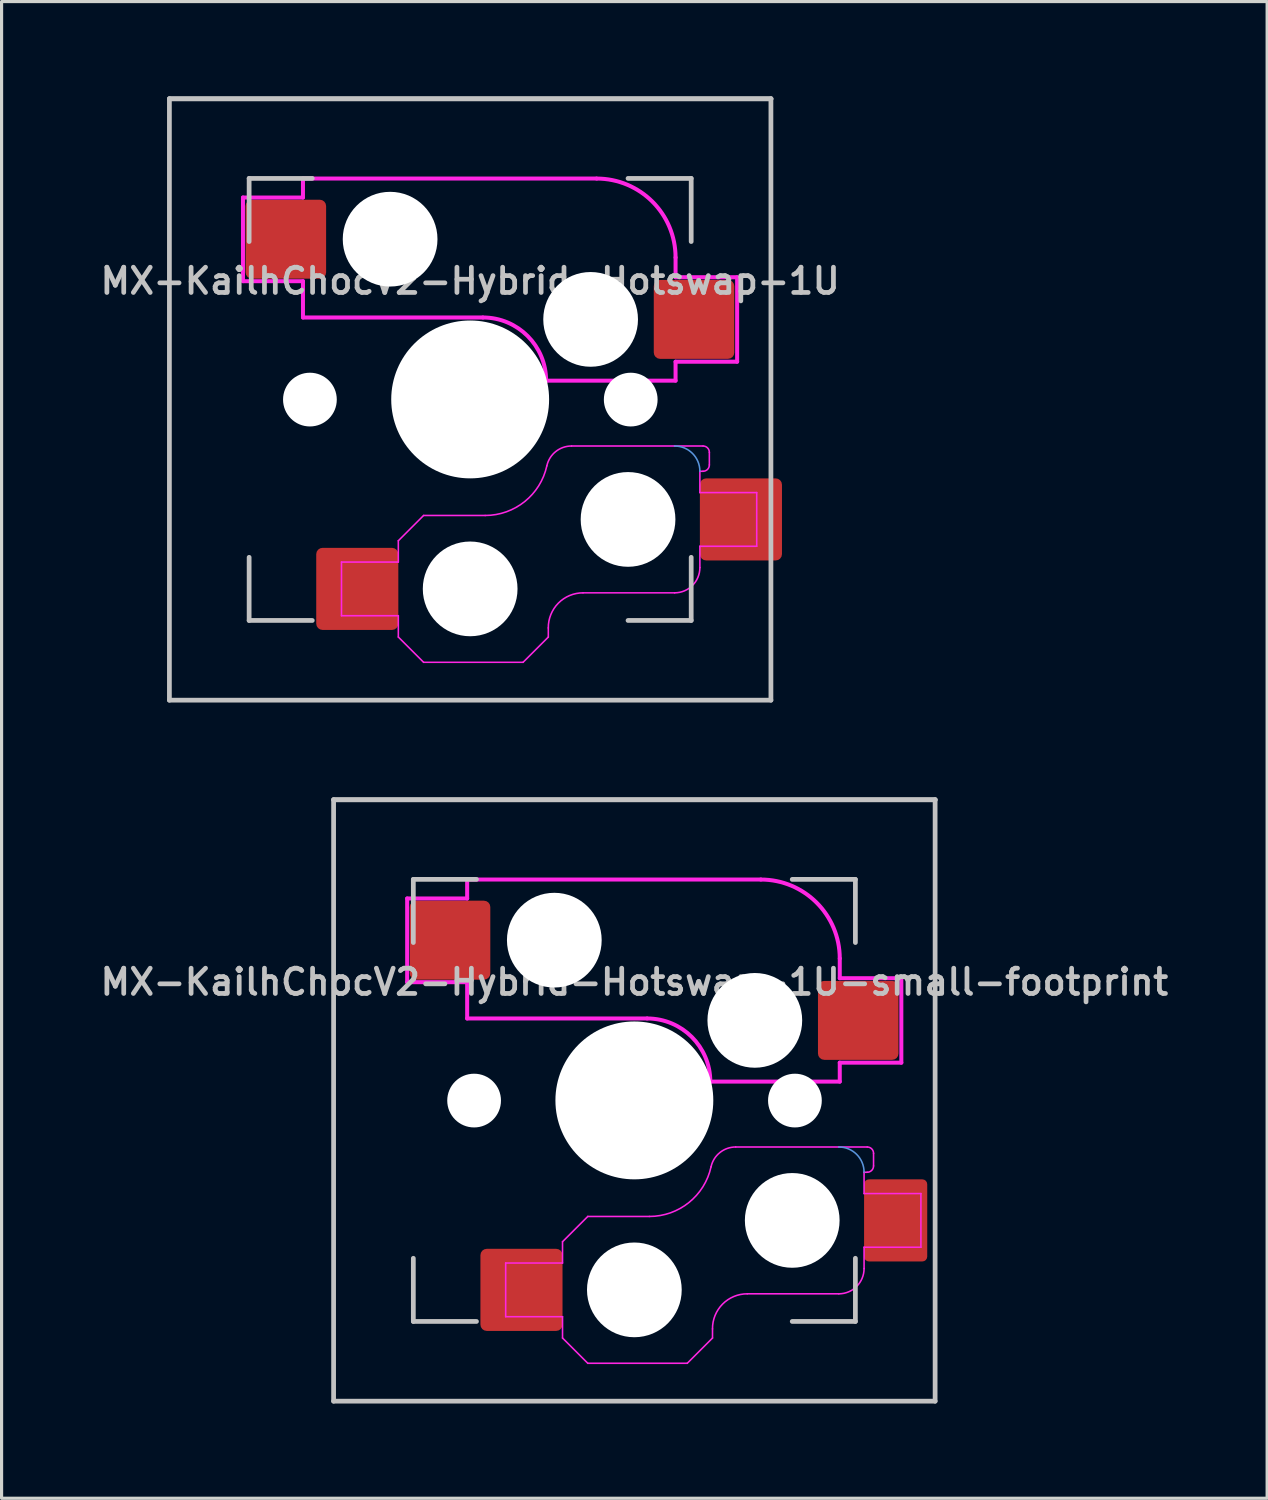
<source format=kicad_pcb>
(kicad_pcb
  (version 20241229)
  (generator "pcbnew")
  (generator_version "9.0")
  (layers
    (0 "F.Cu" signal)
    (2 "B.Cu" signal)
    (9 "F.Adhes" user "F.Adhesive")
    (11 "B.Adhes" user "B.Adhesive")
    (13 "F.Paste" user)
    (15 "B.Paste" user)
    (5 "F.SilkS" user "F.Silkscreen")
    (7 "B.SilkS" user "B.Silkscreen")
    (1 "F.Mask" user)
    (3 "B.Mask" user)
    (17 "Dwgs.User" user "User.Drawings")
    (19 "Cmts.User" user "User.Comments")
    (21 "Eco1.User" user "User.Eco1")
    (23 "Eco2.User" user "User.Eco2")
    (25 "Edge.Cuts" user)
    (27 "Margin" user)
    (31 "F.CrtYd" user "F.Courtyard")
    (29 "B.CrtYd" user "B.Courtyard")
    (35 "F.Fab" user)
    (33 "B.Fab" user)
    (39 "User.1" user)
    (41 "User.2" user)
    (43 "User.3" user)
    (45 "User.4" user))
  (footprint "MX-KailhChocV2-Hybrid-Hotswap-1U-small-footprint"
    (layer "F.Cu")
    (at 17.14 31.9)
    (property "Reference" "MX-KailhChocV2-Hybrid-Hotswap-1U-small-footprint" (at -0.1 -3.85 0) (layer "Dwgs.User") (effects (font (size 0.8 0.8) (thickness 0.15))))
    (attr smd)
    (fp_line (start -9.625 -9.625) (end -9.625 9.425) (stroke (width 0.15) (type solid)) (layer "Dwgs.User"))
    (fp_line (start -9.625 -9.625) (end 9.425 -9.625) (stroke (width 0.15) (type solid)) (layer "Dwgs.User"))
    (fp_line (start -9.625 9.425) (end 9.425 9.425) (stroke (width 0.15) (type solid)) (layer "Dwgs.User"))
    (fp_line (start -7.1 -7.1) (end -7.1 -5.1) (stroke (width 0.15) (type solid)) (layer "Dwgs.User"))
    (fp_line (start -7.1 4.9) (end -7.1 6.9) (stroke (width 0.15) (type solid)) (layer "Dwgs.User"))
    (fp_line (start -7.1 6.9) (end -5.1 6.9) (stroke (width 0.15) (type solid)) (layer "Dwgs.User"))
    (fp_line (start -5.1 -7.1) (end -7.1 -7.1) (stroke (width 0.15) (type solid)) (layer "Dwgs.User"))
    (fp_line (start 6.9 -7.1) (end 4.9 -7.1) (stroke (width 0.15) (type solid)) (layer "Dwgs.User"))
    (fp_line (start 6.9 -5.1) (end 6.9 -7.1) (stroke (width 0.15) (type solid)) (layer "Dwgs.User"))
    (fp_line (start 6.9 4.9) (end 6.9 6.9) (stroke (width 0.15) (type solid)) (layer "Dwgs.User"))
    (fp_line (start 6.9 6.9) (end 4.9 6.9) (stroke (width 0.15) (type solid)) (layer "Dwgs.User"))
    (fp_line (start 9.425 -9.625) (end 9.425 9.425) (stroke (width 0.15) (type solid)) (layer "Dwgs.User"))
    (fp_line (start 9.43 -9.62) (end -9.62 -9.62) (stroke (width 0.15) (type solid)) (layer "Dwgs.User"))
    (fp_arc (start 6.375 1.375) (mid 6.94069 1.609309) (end 7.174998 2.175) (stroke (width 0.05) (type default)) (layer "Cmts.User"))
    (fp_line (start -7.295 -6.495) (end -5.395 -6.495) (stroke (width 0.127) (type solid)) (layer "F.CrtYd"))
    (fp_line (start -7.295 -3.845) (end -7.295 -6.495) (stroke (width 0.127) (type solid)) (layer "F.CrtYd"))
    (fp_line (start -5.395 -6.495) (end -5.395 -7.095) (stroke (width 0.127) (type solid)) (layer "F.CrtYd"))
    (fp_line (start -5.395 -3.845) (end -7.295 -3.845) (stroke (width 0.127) (type solid)) (layer "F.CrtYd"))
    (fp_line (start -5.395 -3.845) (end -5.395 -2.695) (stroke (width 0.127) (type solid)) (layer "F.CrtYd"))
    (fp_line (start -5.395 -2.695) (end 0.305 -2.695) (stroke (width 0.127) (type solid)) (layer "F.CrtYd"))
    (fp_line (start -4.175 5.05) (end -4.175 6.75) (stroke (width 0.05) (type default)) (layer "F.CrtYd"))
    (fp_line (start -4.175 6.75) (end -2.375 6.75) (stroke (width 0.05) (type default)) (layer "F.CrtYd"))
    (fp_line (start -2.375 4.375) (end -2.375 5.05) (stroke (width 0.05) (type default)) (layer "F.CrtYd"))
    (fp_line (start -2.375 5.05) (end -4.175 5.05) (stroke (width 0.05) (type default)) (layer "F.CrtYd"))
    (fp_line (start -2.375 7.425) (end -2.375 6.75) (stroke (width 0.05) (type default)) (layer "F.CrtYd"))
    (fp_line (start -2.375 7.425) (end -1.575 8.225) (stroke (width 0.05) (type default)) (layer "F.CrtYd"))
    (fp_line (start -1.575 3.575) (end -2.375 4.375) (stroke (width 0.05) (type default)) (layer "F.CrtYd"))
    (fp_line (start -1.575 8.225) (end 1.575 8.225) (stroke (width 0.05) (type default)) (layer "F.CrtYd"))
    (fp_line (start 0.375 3.575) (end -1.575 3.575) (stroke (width 0.05) (type default)) (layer "F.CrtYd"))
    (fp_line (start 1.575 8.225) (end 2.375 7.425) (stroke (width 0.05) (type default)) (layer "F.CrtYd"))
    (fp_line (start 2.305 -0.695) (end 6.405 -0.695) (stroke (width 0.127) (type solid)) (layer "F.CrtYd"))
    (fp_line (start 2.375 7.425) (end 2.375 7.136) (stroke (width 0.05) (type default)) (layer "F.CrtYd"))
    (fp_line (start 3.475 6.025) (end 6.375 6.025) (stroke (width 0.05) (type default)) (layer "F.CrtYd"))
    (fp_line (start 3.905 -7.095) (end -5.395 -7.095) (stroke (width 0.127) (type solid)) (layer "F.CrtYd"))
    (fp_line (start 6.375 1.375) (end 3.11 1.375) (stroke (width 0.05) (type default)) (layer "F.CrtYd"))
    (fp_line (start 6.375 1.375) (end 7.275 1.375) (stroke (width 0.05) (type default)) (layer "F.CrtYd"))
    (fp_line (start 6.405 -3.97) (end 6.405 -4.595) (stroke (width 0.127) (type solid)) (layer "F.CrtYd"))
    (fp_line (start 6.405 -1.295) (end 6.405 -0.695) (stroke (width 0.127) (type solid)) (layer "F.CrtYd"))
    (fp_line (start 6.405 -1.295) (end 8.355 -1.295) (stroke (width 0.127) (type solid)) (layer "F.CrtYd"))
    (fp_line (start 7.175 2.175) (end 7.175 2.85) (stroke (width 0.05) (type default)) (layer "F.CrtYd"))
    (fp_line (start 7.175 2.85) (end 8.975 2.85) (stroke (width 0.05) (type default)) (layer "F.CrtYd"))
    (fp_line (start 7.175 5.225) (end 7.175 4.55) (stroke (width 0.05) (type default)) (layer "F.CrtYd"))
    (fp_line (start 7.275 2.175) (end 7.175 2.175) (stroke (width 0.05) (type default)) (layer "F.CrtYd"))
    (fp_line (start 7.475 1.575) (end 7.475 1.975) (stroke (width 0.05) (type default)) (layer "F.CrtYd"))
    (fp_line (start 8.355 -3.97) (end 6.405 -3.97) (stroke (width 0.127) (type solid)) (layer "F.CrtYd"))
    (fp_line (start 8.355 -1.295) (end 8.355 -3.97) (stroke (width 0.127) (type solid)) (layer "F.CrtYd"))
    (fp_line (start 8.975 2.85) (end 8.975 4.55) (stroke (width 0.05) (type default)) (layer "F.CrtYd"))
    (fp_line (start 8.975 4.55) (end 7.175 4.55) (stroke (width 0.05) (type default)) (layer "F.CrtYd"))
    (fp_arc (start 0.305 -2.695) (mid 1.719214 -2.109214) (end 2.305 -0.695) (stroke (width 0.127) (type solid)) (layer "F.CrtYd"))
    (fp_arc (start 2.328542 2.003571) (mid 1.628566 3.133387) (end 0.374999 3.575) (stroke (width 0.05) (type default)) (layer "F.CrtYd"))
    (fp_arc (start 2.328542 2.003571) (mid 2.608523 1.551656) (end 3.109929 1.375) (stroke (width 0.05) (type default)) (layer "F.CrtYd"))
    (fp_arc (start 2.375 7.136481) (mid 2.693162 6.351276) (end 3.475029 6.025) (stroke (width 0.05) (type default)) (layer "F.CrtYd"))
    (fp_arc (start 3.905 -7.095) (mid 5.672767 -6.362767) (end 6.405 -4.595) (stroke (width 0.127) (type solid)) (layer "F.CrtYd"))
    (fp_arc (start 7.175 5.225) (mid 6.940734 5.790713) (end 6.375029 6.025) (stroke (width 0.05) (type default)) (layer "F.CrtYd"))
    (fp_arc (start 7.275 1.375) (mid 7.416429 1.433562) (end 7.475 1.574988) (stroke (width 0.05) (type default)) (layer "F.CrtYd"))
    (fp_arc (start 7.475 1.975) (mid 7.41647 2.116449) (end 7.275029 2.175) (stroke (width 0.05) (type default)) (layer "F.CrtYd"))
    (pad "" np_thru_hole circle (at -5.175 -0.095 311.901) (size 1.702 1.702) (drill 1.702) (layers "*.Cu" "*.Mask"))
    (pad "" np_thru_hole circle (at -2.635 -5.175) (size 3 3) (drill 3) (layers "*.Cu" "*.Mask"))
    (pad "" np_thru_hole circle (at -0.1 -0.1) (size 5 5) (drill 5.1) (layers "*.Cu" "*.Mask"))
    (pad "" np_thru_hole circle (at -0.1 5.9) (size 3 3) (drill 3) (layers "*.Cu" "*.Mask"))
    (pad "" np_thru_hole circle (at 3.715 -2.635) (size 3 3) (drill 3) (layers "*.Cu" "*.Mask"))
    (pad "" np_thru_hole circle (at 4.9 3.7) (size 3 3) (drill 3) (layers "*.Cu" "*.Mask"))
    (pad "" np_thru_hole circle (at 4.985 -0.095 311.901) (size 1.702 1.702) (drill 1.702) (layers "*.Cu" "*.Mask"))
    (pad "1" smd roundrect (at 6.99 -2.635) (size 2.55 2.5) (layers "F.Cu" "F.Mask" "F.Paste") (roundrect_rratio 0.08))
    (pad "1" smd roundrect (at 8.175 3.7) (size 2 2.6) (layers "F.Cu" "F.Mask" "F.Paste") (roundrect_rratio 0.077))
    (pad "2" smd roundrect (at -5.937 -5.175) (size 2.55 2.5) (layers "F.Cu" "F.Mask" "F.Paste") (roundrect_rratio 0.08))
    (pad "2" smd roundrect (at -3.675 5.9) (size 2.6 2.6) (layers "F.Cu" "F.Mask" "F.Paste") (roundrect_rratio 0.077)))
  (footprint "MX-KailhChocV2-Hybrid-Hotswap-1U"
    (layer "F.Cu")
    (at 11.94 9.7)
    (property "Reference" "MX-KailhChocV2-Hybrid-Hotswap-1U" (at -0.1 -3.85 180) (layer "Dwgs.User") (effects (font (size 0.8 0.8) (thickness 0.15))))
    (attr smd)
    (fp_line (start -9.625 -9.625) (end -9.625 9.425) (stroke (width 0.15) (type solid)) (layer "Dwgs.User"))
    (fp_line (start -9.625 -9.625) (end 9.425 -9.625) (stroke (width 0.15) (type solid)) (layer "Dwgs.User"))
    (fp_line (start -9.625 9.425) (end 9.425 9.425) (stroke (width 0.15) (type solid)) (layer "Dwgs.User"))
    (fp_line (start -7.1 -7.1) (end -7.1 -5.1) (stroke (width 0.15) (type solid)) (layer "Dwgs.User"))
    (fp_line (start -7.1 4.9) (end -7.1 6.9) (stroke (width 0.15) (type solid)) (layer "Dwgs.User"))
    (fp_line (start -7.1 6.9) (end -5.1 6.9) (stroke (width 0.15) (type solid)) (layer "Dwgs.User"))
    (fp_line (start -5.1 -7.1) (end -7.1 -7.1) (stroke (width 0.15) (type solid)) (layer "Dwgs.User"))
    (fp_line (start 6.9 -7.1) (end 4.9 -7.1) (stroke (width 0.15) (type solid)) (layer "Dwgs.User"))
    (fp_line (start 6.9 -5.1) (end 6.9 -7.1) (stroke (width 0.15) (type solid)) (layer "Dwgs.User"))
    (fp_line (start 6.9 4.9) (end 6.9 6.9) (stroke (width 0.15) (type solid)) (layer "Dwgs.User"))
    (fp_line (start 6.9 6.9) (end 4.9 6.9) (stroke (width 0.15) (type solid)) (layer "Dwgs.User"))
    (fp_line (start 9.425 -9.625) (end 9.425 9.425) (stroke (width 0.15) (type solid)) (layer "Dwgs.User"))
    (fp_line (start 9.43 -9.62) (end -9.62 -9.62) (stroke (width 0.15) (type solid)) (layer "Dwgs.User"))
    (fp_arc (start 6.375 1.375) (mid 6.94069 1.609309) (end 7.174998 2.175) (stroke (width 0.05) (type default)) (layer "Cmts.User"))
    (fp_line (start -7.295 -6.495) (end -5.395 -6.495) (stroke (width 0.127) (type solid)) (layer "F.CrtYd"))
    (fp_line (start -7.295 -3.845) (end -7.295 -6.495) (stroke (width 0.127) (type solid)) (layer "F.CrtYd"))
    (fp_line (start -5.395 -6.495) (end -5.395 -7.095) (stroke (width 0.127) (type solid)) (layer "F.CrtYd"))
    (fp_line (start -5.395 -3.845) (end -7.295 -3.845) (stroke (width 0.127) (type solid)) (layer "F.CrtYd"))
    (fp_line (start -5.395 -3.845) (end -5.395 -2.695) (stroke (width 0.127) (type solid)) (layer "F.CrtYd"))
    (fp_line (start -5.395 -2.695) (end 0.305 -2.695) (stroke (width 0.127) (type solid)) (layer "F.CrtYd"))
    (fp_line (start -4.175 5.05) (end -4.175 6.75) (stroke (width 0.05) (type default)) (layer "F.CrtYd"))
    (fp_line (start -4.175 6.75) (end -2.375 6.75) (stroke (width 0.05) (type default)) (layer "F.CrtYd"))
    (fp_line (start -2.375 4.375) (end -2.375 5.05) (stroke (width 0.05) (type default)) (layer "F.CrtYd"))
    (fp_line (start -2.375 5.05) (end -4.175 5.05) (stroke (width 0.05) (type default)) (layer "F.CrtYd"))
    (fp_line (start -2.375 7.425) (end -2.375 6.75) (stroke (width 0.05) (type default)) (layer "F.CrtYd"))
    (fp_line (start -2.375 7.425) (end -1.575 8.225) (stroke (width 0.05) (type default)) (layer "F.CrtYd"))
    (fp_line (start -1.575 3.575) (end -2.375 4.375) (stroke (width 0.05) (type default)) (layer "F.CrtYd"))
    (fp_line (start -1.575 8.225) (end 1.575 8.225) (stroke (width 0.05) (type default)) (layer "F.CrtYd"))
    (fp_line (start 0.375 3.575) (end -1.575 3.575) (stroke (width 0.05) (type default)) (layer "F.CrtYd"))
    (fp_line (start 1.575 8.225) (end 2.375 7.425) (stroke (width 0.05) (type default)) (layer "F.CrtYd"))
    (fp_line (start 2.305 -0.695) (end 6.405 -0.695) (stroke (width 0.127) (type solid)) (layer "F.CrtYd"))
    (fp_line (start 2.375 7.425) (end 2.375 7.136) (stroke (width 0.05) (type default)) (layer "F.CrtYd"))
    (fp_line (start 3.475 6.025) (end 6.375 6.025) (stroke (width 0.05) (type default)) (layer "F.CrtYd"))
    (fp_line (start 3.905 -7.095) (end -5.395 -7.095) (stroke (width 0.127) (type solid)) (layer "F.CrtYd"))
    (fp_line (start 6.375 1.375) (end 3.11 1.375) (stroke (width 0.05) (type default)) (layer "F.CrtYd"))
    (fp_line (start 6.375 1.375) (end 7.275 1.375) (stroke (width 0.05) (type default)) (layer "F.CrtYd"))
    (fp_line (start 6.405 -3.97) (end 6.405 -4.595) (stroke (width 0.127) (type solid)) (layer "F.CrtYd"))
    (fp_line (start 6.405 -1.295) (end 6.405 -0.695) (stroke (width 0.127) (type solid)) (layer "F.CrtYd"))
    (fp_line (start 6.405 -1.295) (end 8.355 -1.295) (stroke (width 0.127) (type solid)) (layer "F.CrtYd"))
    (fp_line (start 7.175 2.175) (end 7.175 2.85) (stroke (width 0.05) (type default)) (layer "F.CrtYd"))
    (fp_line (start 7.175 2.85) (end 8.975 2.85) (stroke (width 0.05) (type default)) (layer "F.CrtYd"))
    (fp_line (start 7.175 5.225) (end 7.175 4.55) (stroke (width 0.05) (type default)) (layer "F.CrtYd"))
    (fp_line (start 7.275 2.175) (end 7.175 2.175) (stroke (width 0.05) (type default)) (layer "F.CrtYd"))
    (fp_line (start 7.475 1.575) (end 7.475 1.975) (stroke (width 0.05) (type default)) (layer "F.CrtYd"))
    (fp_line (start 8.355 -3.97) (end 6.405 -3.97) (stroke (width 0.127) (type solid)) (layer "F.CrtYd"))
    (fp_line (start 8.355 -1.295) (end 8.355 -3.97) (stroke (width 0.127) (type solid)) (layer "F.CrtYd"))
    (fp_line (start 8.975 2.85) (end 8.975 4.55) (stroke (width 0.05) (type default)) (layer "F.CrtYd"))
    (fp_line (start 8.975 4.55) (end 7.175 4.55) (stroke (width 0.05) (type default)) (layer "F.CrtYd"))
    (fp_arc (start 0.305 -2.695) (mid 1.719214 -2.109214) (end 2.305 -0.695) (stroke (width 0.127) (type solid)) (layer "F.CrtYd"))
    (fp_arc (start 2.328542 2.003571) (mid 1.628566 3.133387) (end 0.374999 3.575) (stroke (width 0.05) (type default)) (layer "F.CrtYd"))
    (fp_arc (start 2.328542 2.003571) (mid 2.608523 1.551656) (end 3.109929 1.375) (stroke (width 0.05) (type default)) (layer "F.CrtYd"))
    (fp_arc (start 2.375 7.136481) (mid 2.693162 6.351276) (end 3.475029 6.025) (stroke (width 0.05) (type default)) (layer "F.CrtYd"))
    (fp_arc (start 3.905 -7.095) (mid 5.672767 -6.362767) (end 6.405 -4.595) (stroke (width 0.127) (type solid)) (layer "F.CrtYd"))
    (fp_arc (start 7.175 5.225) (mid 6.940734 5.790713) (end 6.375029 6.025) (stroke (width 0.05) (type default)) (layer "F.CrtYd"))
    (fp_arc (start 7.275 1.375) (mid 7.416429 1.433562) (end 7.475 1.574988) (stroke (width 0.05) (type default)) (layer "F.CrtYd"))
    (fp_arc (start 7.475 1.975) (mid 7.41647 2.116449) (end 7.275029 2.175) (stroke (width 0.05) (type default)) (layer "F.CrtYd"))
    (pad "" np_thru_hole circle (at -5.175 -0.095 311.901) (size 1.702 1.702) (drill 1.702) (layers "*.Cu" "*.Mask"))
    (pad "" np_thru_hole circle (at -2.635 -5.175) (size 3 3) (drill 3) (layers "*.Cu" "*.Mask"))
    (pad "" np_thru_hole circle (at -0.1 -0.1) (size 5 5) (drill 5.1) (layers "*.Cu" "*.Mask"))
    (pad "" np_thru_hole circle (at -0.1 5.9) (size 3 3) (drill 3) (layers "*.Cu" "*.Mask"))
    (pad "" np_thru_hole circle (at 3.715 -2.635) (size 3 3) (drill 3) (layers "*.Cu" "*.Mask"))
    (pad "" np_thru_hole circle (at 4.9 3.7) (size 3 3) (drill 3) (layers "*.Cu" "*.Mask"))
    (pad "" np_thru_hole circle (at 4.985 -0.095 311.901) (size 1.702 1.702) (drill 1.702) (layers "*.Cu" "*.Mask"))
    (pad "1" smd roundrect (at 6.99 -2.635) (size 2.55 2.5) (layers "F.Cu" "F.Mask" "F.Paste") (roundrect_rratio 0.08))
    (pad "1" smd roundrect (at 8.475 3.7) (size 2.6 2.6) (layers "F.Cu" "F.Mask" "F.Paste") (roundrect_rratio 0.077))
    (pad "2" smd roundrect (at -5.937 -5.175) (size 2.55 2.5) (layers "F.Cu" "F.Mask" "F.Paste") (roundrect_rratio 0.08))
    (pad "2" smd roundrect (at -3.675 5.9) (size 2.6 2.6) (layers "F.Cu" "F.Mask" "F.Paste") (roundrect_rratio 0.077)))
  (gr_rect
    (start -3 -3)
    (end 37.08 44.4)
    (stroke (width 0.1) (type default))
    (fill no)
    (layer "Edge.Cuts")))
</source>
